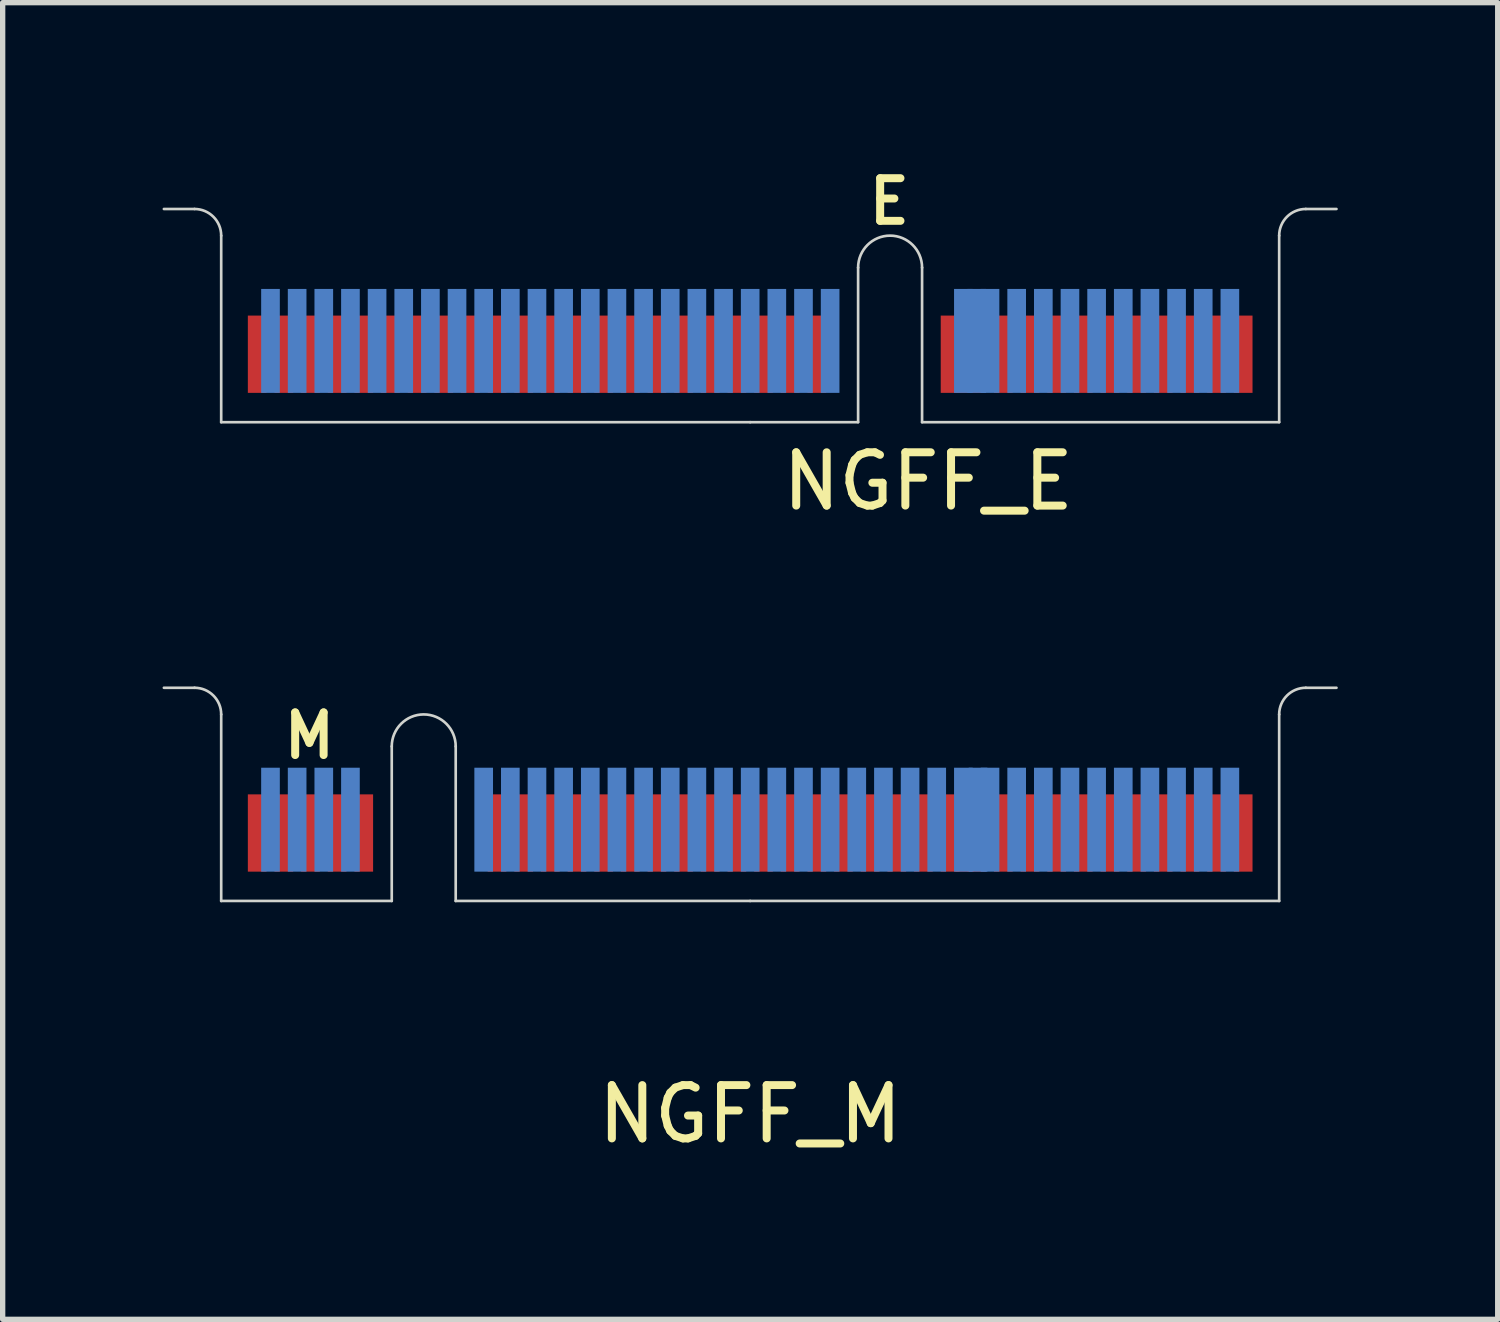
<source format=kicad_pcb>
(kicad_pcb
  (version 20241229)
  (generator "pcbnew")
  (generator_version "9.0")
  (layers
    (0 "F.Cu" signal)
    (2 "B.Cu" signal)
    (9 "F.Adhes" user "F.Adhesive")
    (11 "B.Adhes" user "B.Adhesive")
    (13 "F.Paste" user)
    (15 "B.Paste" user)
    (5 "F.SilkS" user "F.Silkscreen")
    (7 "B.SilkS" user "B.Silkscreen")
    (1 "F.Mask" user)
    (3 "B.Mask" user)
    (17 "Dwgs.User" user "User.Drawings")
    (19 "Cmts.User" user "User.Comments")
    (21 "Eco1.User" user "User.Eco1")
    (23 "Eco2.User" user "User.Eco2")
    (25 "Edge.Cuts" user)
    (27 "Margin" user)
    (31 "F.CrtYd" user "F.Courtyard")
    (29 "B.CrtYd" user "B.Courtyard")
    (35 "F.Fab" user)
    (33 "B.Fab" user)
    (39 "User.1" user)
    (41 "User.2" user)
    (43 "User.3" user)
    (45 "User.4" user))
  (footprint "NGFF_M"
    (layer "F.Cu")
    (at 11.025 13.854)
    (property "Reference" "NGFF_M" (at 0 4 0) (layer "F.SilkS") (effects (font (size 1 1) (thickness 0.15))))
    (attr through_hole)
    (fp_poly (pts (xy -9.925 0) (xy -6.725 0) (xy -6.725 -2) (xy -9.925 -2)) (stroke (width 0.1) (type solid)) (fill yes) (layer "F.Mask"))
    (fp_poly (pts (xy -5.525 0) (xy 9.925 0) (xy 9.925 -2) (xy -5.525 -2)) (stroke (width 0.1) (type solid)) (fill yes) (layer "F.Mask"))
    (fp_poly (pts (xy -9.925 0) (xy -6.725 0) (xy -6.725 -2.5) (xy -9.925 -2.5)) (stroke (width 0.1) (type solid)) (fill yes) (layer "B.Mask"))
    (fp_poly (pts (xy -5.525 0) (xy 9.925 0) (xy 9.925 -2.5) (xy -5.525 -2.5)) (stroke (width 0.1) (type solid)) (fill yes) (layer "B.Mask"))
    (fp_line (start -11 -4) (end -10.425 -4) (stroke (width 0.05) (type solid)) (layer "Edge.Cuts"))
    (fp_line (start -9.925 -3.5) (end -9.925 0) (stroke (width 0.05) (type solid)) (layer "Edge.Cuts"))
    (fp_line (start -9.925 0) (end -6.725 0) (stroke (width 0.05) (type solid)) (layer "Edge.Cuts"))
    (fp_line (start -6.725 0) (end -6.725 -2.9) (stroke (width 0.05) (type solid)) (layer "Edge.Cuts"))
    (fp_line (start -5.525 -2.9) (end -5.525 0) (stroke (width 0.05) (type solid)) (layer "Edge.Cuts"))
    (fp_line (start -5.525 0) (end 0 0) (stroke (width 0.05) (type solid)) (layer "Edge.Cuts"))
    (fp_line (start 0 0) (end 9.925 0) (stroke (width 0.05) (type solid)) (layer "Edge.Cuts"))
    (fp_line (start 9.925 0) (end 9.925 -3.5) (stroke (width 0.05) (type solid)) (layer "Edge.Cuts"))
    (fp_line (start 10.425 -4) (end 11 -4) (stroke (width 0.05) (type solid)) (layer "Edge.Cuts"))
    (fp_arc (start -10.425 -4) (mid -10.071447 -3.853553) (end -9.925 -3.5) (stroke (width 0.05) (type solid)) (layer "Edge.Cuts"))
    (fp_arc (start -6.725 -2.9) (mid -6.125 -3.5) (end -5.525 -2.9) (stroke (width 0.05) (type solid)) (layer "Edge.Cuts"))
    (fp_arc (start 9.925 -3.5) (mid 10.071447 -3.853553) (end 10.425 -4) (stroke (width 0.05) (type solid)) (layer "Edge.Cuts"))
    (fp_text user "M" (at -8.27 -3.1 0) (layer "F.SilkS") (effects (font (size 0.8 0.8) (thickness 0.15))))
    (pad "1" smd rect (at 9.25 -1.275) (size 0.35 1.45) (layers "F.Cu"))
    (pad "2" smd rect (at 9 -1.525) (size 0.35 1.95) (layers "B.Cu"))
    (pad "3" smd rect (at 8.75 -1.275) (size 0.35 1.45) (layers "F.Cu"))
    (pad "3V3" smd rect (at 4.025 -1.275) (size 0.35 1.45) (layers "F.Cu"))
    (pad "4" smd rect (at 8.5 -1.525) (size 0.35 1.95) (layers "B.Cu"))
    (pad "5" smd rect (at 8.25 -1.275) (size 0.35 1.45) (layers "F.Cu"))
    (pad "6" smd rect (at 8 -1.525) (size 0.35 1.95) (layers "B.Cu"))
    (pad "7" smd rect (at 7.75 -1.275) (size 0.35 1.45) (layers "F.Cu"))
    (pad "8" smd rect (at 7.5 -1.525) (size 0.35 1.95) (layers "B.Cu"))
    (pad "9" smd rect (at 7.25 -1.275) (size 0.35 1.45) (layers "F.Cu"))
    (pad "10" smd rect (at 7 -1.525) (size 0.35 1.95) (layers "B.Cu"))
    (pad "11" smd rect (at 6.75 -1.275) (size 0.35 1.45) (layers "F.Cu"))
    (pad "12" smd rect (at 6.5 -1.525) (size 0.35 1.95) (layers "B.Cu"))
    (pad "12V" smd rect (at 4.275 -1.525) (size 0.35 1.95) (layers "B.Cu"))
    (pad "13" smd rect (at 6.25 -1.275) (size 0.35 1.45) (layers "F.Cu"))
    (pad "14" smd rect (at 6 -1.525) (size 0.35 1.95) (layers "B.Cu"))
    (pad "15" smd rect (at 5.75 -1.275) (size 0.35 1.45) (layers "F.Cu"))
    (pad "16" smd rect (at 5.5 -1.525) (size 0.35 1.95) (layers "B.Cu"))
    (pad "17" smd rect (at 5.25 -1.275) (size 0.35 1.45) (layers "F.Cu"))
    (pad "18" smd rect (at 5 -1.525) (size 0.35 1.95) (layers "B.Cu"))
    (pad "19" smd rect (at 4.75 -1.275) (size 0.35 1.45) (layers "F.Cu"))
    (pad "20" smd rect (at 4.5 -1.525) (size 0.35 1.95) (layers "B.Cu"))
    (pad "21" smd rect (at 4.25 -1.275) (size 0.35 1.45) (layers "F.Cu"))
    (pad "22" smd rect (at 4 -1.525) (size 0.35 1.95) (layers "B.Cu"))
    (pad "23" smd rect (at 3.75 -1.275) (size 0.35 1.45) (layers "F.Cu"))
    (pad "24" smd rect (at 3.5 -1.525) (size 0.35 1.95) (layers "B.Cu"))
    (pad "25" smd rect (at 3.25 -1.275) (size 0.35 1.45) (layers "F.Cu"))
    (pad "26" smd rect (at 3 -1.525) (size 0.35 1.95) (layers "B.Cu"))
    (pad "27" smd rect (at 2.75 -1.275) (size 0.35 1.45) (layers "F.Cu"))
    (pad "28" smd rect (at 2.5 -1.525) (size 0.35 1.95) (layers "B.Cu"))
    (pad "29" smd rect (at 2.25 -1.275) (size 0.35 1.45) (layers "F.Cu"))
    (pad "30" smd rect (at 2 -1.525) (size 0.35 1.95) (layers "B.Cu"))
    (pad "31" smd rect (at 1.75 -1.275) (size 0.35 1.45) (layers "F.Cu"))
    (pad "32" smd rect (at 1.5 -1.525) (size 0.35 1.95) (layers "B.Cu"))
    (pad "33" smd rect (at 1.25 -1.275) (size 0.35 1.45) (layers "F.Cu"))
    (pad "34" smd rect (at 1 -1.525) (size 0.35 1.95) (layers "B.Cu"))
    (pad "35" smd rect (at 0.75 -1.275) (size 0.35 1.45) (layers "F.Cu"))
    (pad "36" smd rect (at 0.5 -1.525) (size 0.35 1.95) (layers "B.Cu"))
    (pad "37" smd rect (at 0.25 -1.275) (size 0.35 1.45) (layers "F.Cu"))
    (pad "38" smd rect (at 0 -1.525) (size 0.35 1.95) (layers "B.Cu"))
    (pad "39" smd rect (at -0.25 -1.275) (size 0.35 1.45) (layers "F.Cu"))
    (pad "40" smd rect (at -0.5 -1.525) (size 0.35 1.95) (layers "B.Cu"))
    (pad "41" smd rect (at -0.75 -1.275) (size 0.35 1.45) (layers "F.Cu"))
    (pad "42" smd rect (at -1 -1.525) (size 0.35 1.95) (layers "B.Cu"))
    (pad "43" smd rect (at -1.25 -1.275) (size 0.35 1.45) (layers "F.Cu"))
    (pad "44" smd rect (at -1.5 -1.525) (size 0.35 1.95) (layers "B.Cu"))
    (pad "45" smd rect (at -1.75 -1.275) (size 0.35 1.45) (layers "F.Cu"))
    (pad "46" smd rect (at -2 -1.525) (size 0.35 1.95) (layers "B.Cu"))
    (pad "47" smd rect (at -2.25 -1.275) (size 0.35 1.45) (layers "F.Cu"))
    (pad "48" smd rect (at -2.5 -1.525) (size 0.35 1.95) (layers "B.Cu"))
    (pad "49" smd rect (at -2.75 -1.275) (size 0.35 1.45) (layers "F.Cu"))
    (pad "50" smd rect (at -3 -1.525) (size 0.35 1.95) (layers "B.Cu"))
    (pad "51" smd rect (at -3.25 -1.275) (size 0.35 1.45) (layers "F.Cu"))
    (pad "52" smd rect (at -3.5 -1.525) (size 0.35 1.95) (layers "B.Cu"))
    (pad "53" smd rect (at -3.75 -1.275) (size 0.35 1.45) (layers "F.Cu"))
    (pad "54" smd rect (at -4 -1.525) (size 0.35 1.95) (layers "B.Cu"))
    (pad "55" smd rect (at -4.25 -1.275) (size 0.35 1.45) (layers "F.Cu"))
    (pad "56" smd rect (at -4.5 -1.525) (size 0.35 1.95) (layers "B.Cu"))
    (pad "57" smd rect (at -4.75 -1.275) (size 0.35 1.45) (layers "F.Cu"))
    (pad "58" smd rect (at -5 -1.525) (size 0.35 1.95) (layers "B.Cu"))
    (pad "67" smd rect (at -7.25 -1.275) (size 0.35 1.45) (layers "F.Cu"))
    (pad "68" smd rect (at -7.5 -1.525) (size 0.35 1.95) (layers "B.Cu"))
    (pad "69" smd rect (at -7.75 -1.275) (size 0.35 1.45) (layers "F.Cu"))
    (pad "70" smd rect (at -8 -1.525) (size 0.35 1.95) (layers "B.Cu"))
    (pad "71" smd rect (at -8.25 -1.275) (size 0.35 1.45) (layers "F.Cu"))
    (pad "72" smd rect (at -8.5 -1.525) (size 0.35 1.95) (layers "B.Cu"))
    (pad "73" smd rect (at -8.75 -1.275) (size 0.35 1.45) (layers "F.Cu"))
    (pad "74" smd rect (at -9 -1.525) (size 0.35 1.95) (layers "B.Cu"))
    (pad "75" smd rect (at -9.25 -1.275) (size 0.35 1.45) (layers "F.Cu")))
  (footprint "NGFF_E"
    (layer "F.Cu")
    (at 11.025 4.871)
    (property "Reference" "NGFF_E" (at 3.34 1.11 0) (layer "F.SilkS") (effects (font (size 1 1) (thickness 0.15))))
    (attr through_hole)
    (fp_poly (pts (xy -9.925 0) (xy 2.025 0) (xy 2.025 -2) (xy -9.925 -2)) (stroke (width 0.1) (type solid)) (fill yes) (layer "F.Mask"))
    (fp_poly (pts (xy 3.225 0) (xy 9.925 0) (xy 9.925 -2) (xy 3.225 -2)) (stroke (width 0.1) (type solid)) (fill yes) (layer "F.Mask"))
    (fp_poly (pts (xy -9.925 0) (xy 2.025 0) (xy 2.025 -2.5) (xy -9.925 -2.5)) (stroke (width 0.1) (type solid)) (fill yes) (layer "B.Mask"))
    (fp_poly (pts (xy 3.225 0) (xy 9.925 0) (xy 9.925 -2.5) (xy 3.225 -2.5)) (stroke (width 0.1) (type solid)) (fill yes) (layer "B.Mask"))
    (fp_line (start -11 -4) (end -10.425 -4) (stroke (width 0.05) (type solid)) (layer "Edge.Cuts"))
    (fp_line (start -9.925 -3.5) (end -9.925 0) (stroke (width 0.05) (type solid)) (layer "Edge.Cuts"))
    (fp_line (start -9.925 0) (end 0 0) (stroke (width 0.05) (type solid)) (layer "Edge.Cuts"))
    (fp_line (start 0 0) (end 2.025 0) (stroke (width 0.05) (type solid)) (layer "Edge.Cuts"))
    (fp_line (start 2.025 0) (end 2.025 -2.9) (stroke (width 0.05) (type solid)) (layer "Edge.Cuts"))
    (fp_line (start 3.225 -2.9) (end 3.225 0) (stroke (width 0.05) (type solid)) (layer "Edge.Cuts"))
    (fp_line (start 3.225 0) (end 9.925 0) (stroke (width 0.05) (type solid)) (layer "Edge.Cuts"))
    (fp_line (start 9.925 0) (end 9.925 -3.5) (stroke (width 0.05) (type solid)) (layer "Edge.Cuts"))
    (fp_line (start 10.425 -4) (end 11 -4) (stroke (width 0.05) (type solid)) (layer "Edge.Cuts"))
    (fp_arc (start -10.425 -4) (mid -10.071447 -3.853553) (end -9.925 -3.5) (stroke (width 0.05) (type solid)) (layer "Edge.Cuts"))
    (fp_arc (start 2.025 -2.9) (mid 2.625 -3.5) (end 3.225 -2.9) (stroke (width 0.05) (type solid)) (layer "Edge.Cuts"))
    (fp_arc (start 9.925 -3.5) (mid 10.071447 -3.853553) (end 10.425 -4) (stroke (width 0.05) (type solid)) (layer "Edge.Cuts"))
    (fp_text user "E" (at 2.61 -4.14 0) (layer "F.SilkS") (effects (font (size 0.8 0.8) (thickness 0.15))))
    (pad "1" smd rect (at 9.25 -1.275) (size 0.35 1.45) (layers "F.Cu"))
    (pad "2" smd rect (at 9 -1.525) (size 0.35 1.95) (layers "B.Cu"))
    (pad "3" smd rect (at 8.75 -1.275) (size 0.35 1.45) (layers "F.Cu"))
    (pad "3V3" smd rect (at 4 -1.275) (size 0.35 1.45) (layers "F.Cu"))
    (pad "4" smd rect (at 8.5 -1.525) (size 0.35 1.95) (layers "B.Cu"))
    (pad "5" smd rect (at 8.25 -1.275) (size 0.35 1.45) (layers "F.Cu"))
    (pad "6" smd rect (at 8 -1.525) (size 0.35 1.95) (layers "B.Cu"))
    (pad "7" smd rect (at 7.75 -1.275) (size 0.35 1.45) (layers "F.Cu"))
    (pad "8" smd rect (at 7.5 -1.525) (size 0.35 1.95) (layers "B.Cu"))
    (pad "9" smd rect (at 7.25 -1.275) (size 0.35 1.45) (layers "F.Cu"))
    (pad "10" smd rect (at 7 -1.525) (size 0.35 1.95) (layers "B.Cu"))
    (pad "11" smd rect (at 6.75 -1.275) (size 0.35 1.45) (layers "F.Cu"))
    (pad "12" smd rect (at 6.5 -1.525) (size 0.35 1.95) (layers "B.Cu"))
    (pad "12V" smd rect (at 4.25 -1.525) (size 0.35 1.95) (layers "B.Cu"))
    (pad "13" smd rect (at 6.25 -1.275) (size 0.35 1.45) (layers "F.Cu"))
    (pad "14" smd rect (at 6 -1.525) (size 0.35 1.95) (layers "B.Cu"))
    (pad "15" smd rect (at 5.75 -1.275) (size 0.35 1.45) (layers "F.Cu"))
    (pad "16" smd rect (at 5.5 -1.525) (size 0.35 1.95) (layers "B.Cu"))
    (pad "17" smd rect (at 5.25 -1.275) (size 0.35 1.45) (layers "F.Cu"))
    (pad "18" smd rect (at 5 -1.525) (size 0.35 1.95) (layers "B.Cu"))
    (pad "19" smd rect (at 4.75 -1.275) (size 0.35 1.45) (layers "F.Cu"))
    (pad "20" smd rect (at 4.5 -1.525) (size 0.35 1.95) (layers "B.Cu"))
    (pad "21" smd rect (at 4.25 -1.275) (size 0.35 1.45) (layers "F.Cu"))
    (pad "22" smd rect (at 4 -1.525) (size 0.35 1.95) (layers "B.Cu"))
    (pad "23" smd rect (at 3.75 -1.275) (size 0.35 1.45) (layers "F.Cu"))
    (pad "32" smd rect (at 1.5 -1.525) (size 0.35 1.95) (layers "B.Cu"))
    (pad "33" smd rect (at 1.25 -1.275) (size 0.35 1.45) (layers "F.Cu"))
    (pad "34" smd rect (at 1 -1.525) (size 0.35 1.95) (layers "B.Cu"))
    (pad "35" smd rect (at 0.75 -1.275) (size 0.35 1.45) (layers "F.Cu"))
    (pad "36" smd rect (at 0.5 -1.525) (size 0.35 1.95) (layers "B.Cu"))
    (pad "37" smd rect (at 0.25 -1.275) (size 0.35 1.45) (layers "F.Cu"))
    (pad "38" smd rect (at 0 -1.525) (size 0.35 1.95) (layers "B.Cu"))
    (pad "39" smd rect (at -0.25 -1.275) (size 0.35 1.45) (layers "F.Cu"))
    (pad "40" smd rect (at -0.5 -1.525) (size 0.35 1.95) (layers "B.Cu"))
    (pad "41" smd rect (at -0.75 -1.275) (size 0.35 1.45) (layers "F.Cu"))
    (pad "42" smd rect (at -1 -1.525) (size 0.35 1.95) (layers "B.Cu"))
    (pad "43" smd rect (at -1.25 -1.275) (size 0.35 1.45) (layers "F.Cu"))
    (pad "44" smd rect (at -1.5 -1.525) (size 0.35 1.95) (layers "B.Cu"))
    (pad "45" smd rect (at -1.75 -1.275) (size 0.35 1.45) (layers "F.Cu"))
    (pad "46" smd rect (at -2 -1.525) (size 0.35 1.95) (layers "B.Cu"))
    (pad "47" smd rect (at -2.25 -1.275) (size 0.35 1.45) (layers "F.Cu"))
    (pad "48" smd rect (at -2.5 -1.525) (size 0.35 1.95) (layers "B.Cu"))
    (pad "49" smd rect (at -2.75 -1.275) (size 0.35 1.45) (layers "F.Cu"))
    (pad "50" smd rect (at -3 -1.525) (size 0.35 1.95) (layers "B.Cu"))
    (pad "51" smd rect (at -3.25 -1.275) (size 0.35 1.45) (layers "F.Cu"))
    (pad "52" smd rect (at -3.5 -1.525) (size 0.35 1.95) (layers "B.Cu"))
    (pad "53" smd rect (at -3.75 -1.275) (size 0.35 1.45) (layers "F.Cu"))
    (pad "54" smd rect (at -4 -1.525) (size 0.35 1.95) (layers "B.Cu"))
    (pad "55" smd rect (at -4.25 -1.275) (size 0.35 1.45) (layers "F.Cu"))
    (pad "56" smd rect (at -4.5 -1.525) (size 0.35 1.95) (layers "B.Cu"))
    (pad "57" smd rect (at -4.75 -1.275) (size 0.35 1.45) (layers "F.Cu"))
    (pad "58" smd rect (at -5 -1.525) (size 0.35 1.95) (layers "B.Cu"))
    (pad "59" smd rect (at -5.25 -1.275) (size 0.35 1.45) (layers "F.Cu"))
    (pad "60" smd rect (at -5.5 -1.525) (size 0.35 1.95) (layers "B.Cu"))
    (pad "61" smd rect (at -5.75 -1.275) (size 0.35 1.45) (layers "F.Cu"))
    (pad "62" smd rect (at -6 -1.525) (size 0.35 1.95) (layers "B.Cu"))
    (pad "63" smd rect (at -6.25 -1.275) (size 0.35 1.45) (layers "F.Cu"))
    (pad "64" smd rect (at -6.5 -1.525) (size 0.35 1.95) (layers "B.Cu"))
    (pad "65" smd rect (at -6.75 -1.275) (size 0.35 1.45) (layers "F.Cu"))
    (pad "66" smd rect (at -7 -1.525) (size 0.35 1.95) (layers "B.Cu"))
    (pad "67" smd rect (at -7.25 -1.275) (size 0.35 1.45) (layers "F.Cu"))
    (pad "68" smd rect (at -7.5 -1.525) (size 0.35 1.95) (layers "B.Cu"))
    (pad "69" smd rect (at -7.75 -1.275) (size 0.35 1.45) (layers "F.Cu"))
    (pad "70" smd rect (at -8 -1.525) (size 0.35 1.95) (layers "B.Cu"))
    (pad "71" smd rect (at -8.25 -1.275) (size 0.35 1.45) (layers "F.Cu"))
    (pad "72" smd rect (at -8.5 -1.525) (size 0.35 1.95) (layers "B.Cu"))
    (pad "73" smd rect (at -8.75 -1.275) (size 0.35 1.45) (layers "F.Cu"))
    (pad "74" smd rect (at -9 -1.525) (size 0.35 1.95) (layers "B.Cu"))
    (pad "75" smd rect (at -9.25 -1.275) (size 0.35 1.45) (layers "F.Cu")))
  (gr_rect
    (start -3 -3)
    (end 25.05 21.703)
    (stroke (width 0.1) (type default))
    (fill no)
    (layer "Edge.Cuts")))
</source>
